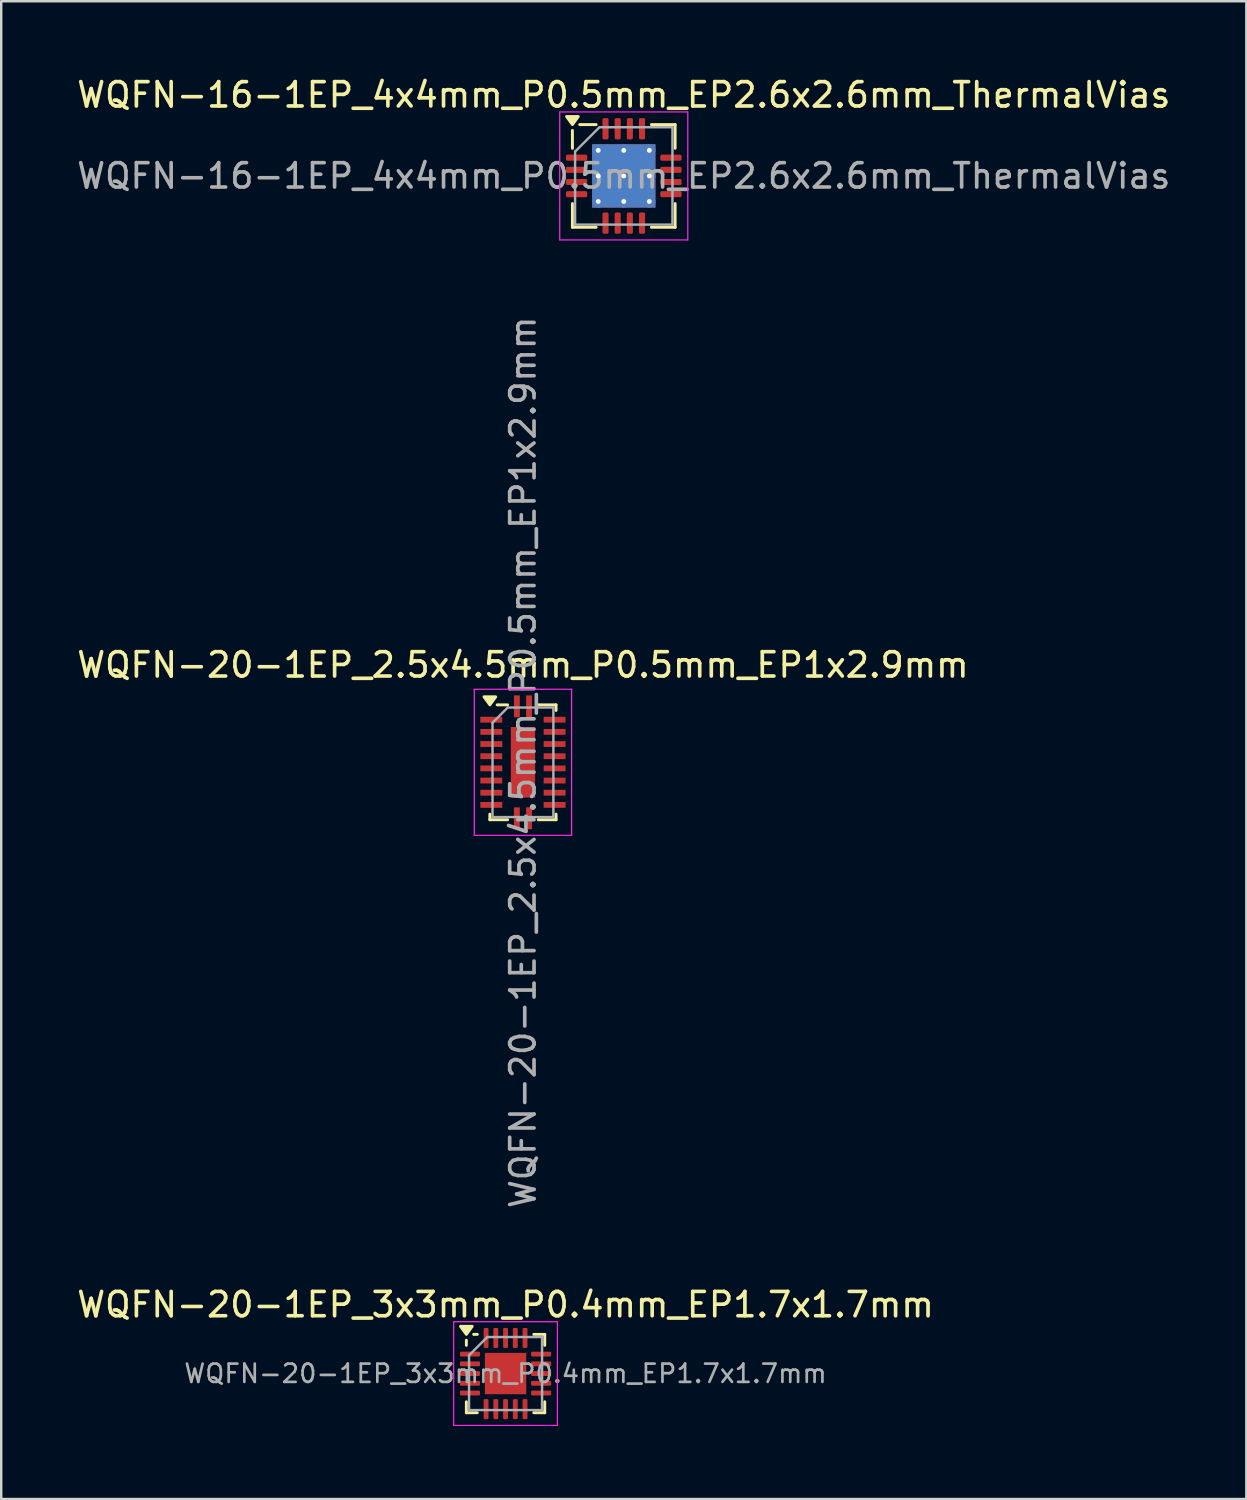
<source format=kicad_pcb>
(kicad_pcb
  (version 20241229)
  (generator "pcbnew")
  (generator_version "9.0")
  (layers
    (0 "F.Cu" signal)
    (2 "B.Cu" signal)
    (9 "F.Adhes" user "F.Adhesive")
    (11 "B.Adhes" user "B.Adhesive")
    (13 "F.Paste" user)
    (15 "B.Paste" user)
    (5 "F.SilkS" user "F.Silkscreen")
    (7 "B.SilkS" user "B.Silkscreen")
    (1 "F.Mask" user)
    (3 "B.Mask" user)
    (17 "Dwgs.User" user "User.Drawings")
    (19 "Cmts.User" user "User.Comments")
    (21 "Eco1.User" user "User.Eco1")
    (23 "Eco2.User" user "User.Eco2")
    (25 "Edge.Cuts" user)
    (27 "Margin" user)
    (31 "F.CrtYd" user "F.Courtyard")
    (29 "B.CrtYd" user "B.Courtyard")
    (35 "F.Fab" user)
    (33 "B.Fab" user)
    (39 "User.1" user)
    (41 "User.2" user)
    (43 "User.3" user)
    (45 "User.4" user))
  (footprint "WQFN-16-1EP_4x4mm_P0.5mm_EP2.6x2.6mm_ThermalVias"
    (layer "F.Cu")
    (at 22.577 4.178)
    (property "Reference" "WQFN-16-1EP_4x4mm_P0.5mm_EP2.6x2.6mm_ThermalVias" (at 0 -3.33 0) (layer "F.SilkS") (effects (font (size 1 1) (thickness 0.15))))
    (attr smd)
    (fp_line (start -2.11 -1.135) (end -2.11 -1.87) (stroke (width 0.12) (type solid)) (layer "F.SilkS"))
    (fp_line (start -2.11 2.11) (end -2.11 1.135) (stroke (width 0.12) (type solid)) (layer "F.SilkS"))
    (fp_line (start -1.135 -2.11) (end -1.81 -2.11) (stroke (width 0.12) (type solid)) (layer "F.SilkS"))
    (fp_line (start -1.135 2.11) (end -2.11 2.11) (stroke (width 0.12) (type solid)) (layer "F.SilkS"))
    (fp_line (start 1.135 -2.11) (end 2.11 -2.11) (stroke (width 0.12) (type solid)) (layer "F.SilkS"))
    (fp_line (start 1.135 2.11) (end 2.11 2.11) (stroke (width 0.12) (type solid)) (layer "F.SilkS"))
    (fp_line (start 2.11 -2.11) (end 2.11 -1.135) (stroke (width 0.12) (type solid)) (layer "F.SilkS"))
    (fp_line (start 2.11 2.11) (end 2.11 1.135) (stroke (width 0.12) (type solid)) (layer "F.SilkS"))
    (fp_poly (pts (xy -2.11 -2.11) (xy -2.35 -2.44) (xy -1.87 -2.44) (xy -2.11 -2.11)) (stroke (width 0.12) (type solid)) (fill yes) (layer "F.SilkS"))
    (fp_line (start -2.63 -2.63) (end -2.63 2.63) (stroke (width 0.05) (type solid)) (layer "F.CrtYd"))
    (fp_line (start -2.63 2.63) (end 2.63 2.63) (stroke (width 0.05) (type solid)) (layer "F.CrtYd"))
    (fp_line (start 2.63 -2.63) (end -2.63 -2.63) (stroke (width 0.05) (type solid)) (layer "F.CrtYd"))
    (fp_line (start 2.63 2.63) (end 2.63 -2.63) (stroke (width 0.05) (type solid)) (layer "F.CrtYd"))
    (fp_line (start -2 -1) (end -1 -2) (stroke (width 0.1) (type solid)) (layer "F.Fab"))
    (fp_line (start -2 2) (end -2 -1) (stroke (width 0.1) (type solid)) (layer "F.Fab"))
    (fp_line (start -1 -2) (end 2 -2) (stroke (width 0.1) (type solid)) (layer "F.Fab"))
    (fp_line (start 2 -2) (end 2 2) (stroke (width 0.1) (type solid)) (layer "F.Fab"))
    (fp_line (start 2 2) (end -2 2) (stroke (width 0.1) (type solid)) (layer "F.Fab"))
    (fp_text user "${REFERENCE}" (at 0 0 0) (layer "F.Fab") (effects (font (size 1 1) (thickness 0.15))))
    (pad "" smd roundrect (at -0.65 -0.65) (size 1.13 1.13) (layers "F.Paste") (roundrect_rratio 0.221))
    (pad "" smd roundrect (at -0.65 0.65) (size 1.13 1.13) (layers "F.Paste") (roundrect_rratio 0.221))
    (pad "" smd roundrect (at 0.65 -0.65) (size 1.13 1.13) (layers "F.Paste") (roundrect_rratio 0.221))
    (pad "" smd roundrect (at 0.65 0.65) (size 1.13 1.13) (layers "F.Paste") (roundrect_rratio 0.221))
    (pad "1" smd roundrect (at -1.938 -0.75) (size 0.875 0.25) (layers "F.Cu" "F.Mask" "F.Paste") (roundrect_rratio 0.25))
    (pad "2" smd roundrect (at -1.938 -0.25) (size 0.875 0.25) (layers "F.Cu" "F.Mask" "F.Paste") (roundrect_rratio 0.25))
    (pad "3" smd roundrect (at -1.938 0.25) (size 0.875 0.25) (layers "F.Cu" "F.Mask" "F.Paste") (roundrect_rratio 0.25))
    (pad "4" smd roundrect (at -1.938 0.75) (size 0.875 0.25) (layers "F.Cu" "F.Mask" "F.Paste") (roundrect_rratio 0.25))
    (pad "5" smd roundrect (at -0.75 1.938) (size 0.25 0.875) (layers "F.Cu" "F.Mask" "F.Paste") (roundrect_rratio 0.25))
    (pad "6" smd roundrect (at -0.25 1.938) (size 0.25 0.875) (layers "F.Cu" "F.Mask" "F.Paste") (roundrect_rratio 0.25))
    (pad "7" smd roundrect (at 0.25 1.938) (size 0.25 0.875) (layers "F.Cu" "F.Mask" "F.Paste") (roundrect_rratio 0.25))
    (pad "8" smd roundrect (at 0.75 1.938) (size 0.25 0.875) (layers "F.Cu" "F.Mask" "F.Paste") (roundrect_rratio 0.25))
    (pad "9" smd roundrect (at 1.938 0.75) (size 0.875 0.25) (layers "F.Cu" "F.Mask" "F.Paste") (roundrect_rratio 0.25))
    (pad "10" smd roundrect (at 1.938 0.25) (size 0.875 0.25) (layers "F.Cu" "F.Mask" "F.Paste") (roundrect_rratio 0.25))
    (pad "11" smd roundrect (at 1.938 -0.25) (size 0.875 0.25) (layers "F.Cu" "F.Mask" "F.Paste") (roundrect_rratio 0.25))
    (pad "12" smd roundrect (at 1.938 -0.75) (size 0.875 0.25) (layers "F.Cu" "F.Mask" "F.Paste") (roundrect_rratio 0.25))
    (pad "13" smd roundrect (at 0.75 -1.938) (size 0.25 0.875) (layers "F.Cu" "F.Mask" "F.Paste") (roundrect_rratio 0.25))
    (pad "14" smd roundrect (at 0.25 -1.938) (size 0.25 0.875) (layers "F.Cu" "F.Mask" "F.Paste") (roundrect_rratio 0.25))
    (pad "15" smd roundrect (at -0.25 -1.938) (size 0.25 0.875) (layers "F.Cu" "F.Mask" "F.Paste") (roundrect_rratio 0.25))
    (pad "16" smd roundrect (at -0.75 -1.938) (size 0.25 0.875) (layers "F.Cu" "F.Mask" "F.Paste") (roundrect_rratio 0.25))
    (pad "17" thru_hole circle (at -1.05 -1.05) (size 0.5 0.5) (drill 0.2) (property pad_prop_heatsink) (layers "*.Cu"))
    (pad "17" thru_hole circle (at -1.05 0) (size 0.5 0.5) (drill 0.2) (property pad_prop_heatsink) (layers "*.Cu"))
    (pad "17" thru_hole circle (at -1.05 1.05) (size 0.5 0.5) (drill 0.2) (property pad_prop_heatsink) (layers "*.Cu"))
    (pad "17" thru_hole circle (at 0 -1.05) (size 0.5 0.5) (drill 0.2) (property pad_prop_heatsink) (layers "*.Cu"))
    (pad "17" thru_hole circle (at 0 0) (size 0.5 0.5) (drill 0.2) (property pad_prop_heatsink) (layers "*.Cu"))
    (pad "17" smd rect (at 0 0) (size 2.6 2.6) (property pad_prop_heatsink) (layers "F.Cu" "F.Mask"))
    (pad "17" smd rect (at 0 0) (size 2.6 2.6) (property pad_prop_heatsink) (layers "B.Cu"))
    (pad "17" thru_hole circle (at 0 1.05) (size 0.5 0.5) (drill 0.2) (property pad_prop_heatsink) (layers "*.Cu"))
    (pad "17" thru_hole circle (at 1.05 -1.05) (size 0.5 0.5) (drill 0.2) (property pad_prop_heatsink) (layers "*.Cu"))
    (pad "17" thru_hole circle (at 1.05 0) (size 0.5 0.5) (drill 0.2) (property pad_prop_heatsink) (layers "*.Cu"))
    (pad "17" thru_hole circle (at 1.05 1.05) (size 0.5 0.5) (drill 0.2) (property pad_prop_heatsink) (layers "*.Cu")))
  (footprint "WQFN-20-1EP_2.5x4.5mm_P0.5mm_EP1x2.9mm"
    (layer "F.Cu")
    (at 18.435 28.268)
    (property "Reference" "WQFN-20-1EP_2.5x4.5mm_P0.5mm_EP1x2.9mm" (at 0 -4 0) (layer "F.SilkS") (effects (font (size 1 1) (thickness 0.15))))
    (attr smd)
    (fp_line (start -1.36 2.36) (end -1.36 2.13) (stroke (width 0.12) (type solid)) (layer "F.SilkS"))
    (fp_line (start -0.63 -2.36) (end -1.06 -2.36) (stroke (width 0.12) (type solid)) (layer "F.SilkS"))
    (fp_line (start -0.63 2.36) (end -1.36 2.36) (stroke (width 0.12) (type solid)) (layer "F.SilkS"))
    (fp_line (start 0.63 -2.36) (end 1.36 -2.36) (stroke (width 0.12) (type solid)) (layer "F.SilkS"))
    (fp_line (start 0.63 2.36) (end 1.36 2.36) (stroke (width 0.12) (type solid)) (layer "F.SilkS"))
    (fp_line (start 1.36 -2.36) (end 1.36 -2.13) (stroke (width 0.12) (type solid)) (layer "F.SilkS"))
    (fp_line (start 1.36 2.36) (end 1.36 2.13) (stroke (width 0.12) (type solid)) (layer "F.SilkS"))
    (fp_poly (pts (xy -1.36 -2.36) (xy -1.6 -2.69) (xy -1.12 -2.69) (xy -1.36 -2.36)) (stroke (width 0.12) (type solid)) (fill yes) (layer "F.SilkS"))
    (fp_line (start -2 -3) (end -2 3) (stroke (width 0.05) (type solid)) (layer "F.CrtYd"))
    (fp_line (start -2 -3) (end 2 -3) (stroke (width 0.05) (type solid)) (layer "F.CrtYd"))
    (fp_line (start -2 3) (end 2 3) (stroke (width 0.05) (type solid)) (layer "F.CrtYd"))
    (fp_line (start 2 -3) (end 2 3) (stroke (width 0.05) (type solid)) (layer "F.CrtYd"))
    (fp_line (start -1.25 -1.625) (end -1.25 2.25) (stroke (width 0.1) (type solid)) (layer "F.Fab"))
    (fp_line (start -1.25 -1.625) (end -0.625 -2.25) (stroke (width 0.1) (type solid)) (layer "F.Fab"))
    (fp_line (start -1.25 2.25) (end 1.25 2.25) (stroke (width 0.1) (type solid)) (layer "F.Fab"))
    (fp_line (start 1.25 -2.25) (end -0.625 -2.25) (stroke (width 0.1) (type solid)) (layer "F.Fab"))
    (fp_line (start 1.25 -2.25) (end 1.25 2.25) (stroke (width 0.1) (type solid)) (layer "F.Fab"))
    (fp_text user "${REFERENCE}" (at 0 0 90) (layer "F.Fab") (effects (font (size 1 1) (thickness 0.15))))
    (pad "" smd rect (at 0 -0.95 270) (size 0.8 0.8) (layers "F.Paste"))
    (pad "" smd rect (at 0 0 270) (size 0.8 0.8) (layers "F.Paste"))
    (pad "" smd rect (at 0 0.95 270) (size 0.8 0.8) (layers "F.Paste"))
    (pad "1" smd rect (at -0.25 -2.3 270) (size 0.9 0.24) (layers "F.Cu" "F.Mask" "F.Paste"))
    (pad "2" smd rect (at -1.3 -1.75) (size 0.9 0.24) (layers "F.Cu" "F.Mask" "F.Paste"))
    (pad "3" smd rect (at -1.3 -1.25) (size 0.9 0.24) (layers "F.Cu" "F.Mask" "F.Paste"))
    (pad "4" smd rect (at -1.3 -0.75) (size 0.9 0.24) (layers "F.Cu" "F.Mask" "F.Paste"))
    (pad "5" smd rect (at -1.3 -0.25) (size 0.9 0.24) (layers "F.Cu" "F.Mask" "F.Paste"))
    (pad "6" smd rect (at -1.3 0.25) (size 0.9 0.24) (layers "F.Cu" "F.Mask" "F.Paste"))
    (pad "7" smd rect (at -1.3 0.75) (size 0.9 0.24) (layers "F.Cu" "F.Mask" "F.Paste"))
    (pad "8" smd rect (at -1.3 1.25) (size 0.9 0.24) (layers "F.Cu" "F.Mask" "F.Paste"))
    (pad "9" smd rect (at -1.3 1.75) (size 0.9 0.24) (layers "F.Cu" "F.Mask" "F.Paste"))
    (pad "10" smd rect (at -0.25 2.3 270) (size 0.9 0.24) (layers "F.Cu" "F.Mask" "F.Paste"))
    (pad "11" smd rect (at 0.25 2.3 270) (size 0.9 0.24) (layers "F.Cu" "F.Mask" "F.Paste"))
    (pad "12" smd rect (at 1.3 1.75) (size 0.9 0.24) (layers "F.Cu" "F.Mask" "F.Paste"))
    (pad "13" smd rect (at 1.3 1.25) (size 0.9 0.24) (layers "F.Cu" "F.Mask" "F.Paste"))
    (pad "14" smd rect (at 1.3 0.75) (size 0.9 0.24) (layers "F.Cu" "F.Mask" "F.Paste"))
    (pad "15" smd rect (at 1.3 0.25) (size 0.9 0.24) (layers "F.Cu" "F.Mask" "F.Paste"))
    (pad "16" smd rect (at 1.3 -0.25) (size 0.9 0.24) (layers "F.Cu" "F.Mask" "F.Paste"))
    (pad "17" smd rect (at 1.3 -0.75) (size 0.9 0.24) (layers "F.Cu" "F.Mask" "F.Paste"))
    (pad "18" smd rect (at 1.3 -1.25) (size 0.9 0.24) (layers "F.Cu" "F.Mask" "F.Paste"))
    (pad "19" smd rect (at 1.3 -1.75) (size 0.9 0.24) (layers "F.Cu" "F.Mask" "F.Paste"))
    (pad "20" smd rect (at 0.25 -2.3 270) (size 0.9 0.24) (layers "F.Cu" "F.Mask" "F.Paste"))
    (pad "21" smd rect (at 0 0 270) (size 2.9 1) (layers "F.Cu" "F.Mask")))
  (footprint "WQFN-20-1EP_3x3mm_P0.4mm_EP1.7x1.7mm"
    (layer "F.Cu")
    (at 17.72 53.381)
    (property "Reference" "WQFN-20-1EP_3x3mm_P0.4mm_EP1.7x1.7mm" (at 0 -2.83 0) (layer "F.SilkS") (effects (font (size 1 1) (thickness 0.15))))
    (attr smd)
    (fp_line (start -1.61 -1.16) (end -1.61 -1.37) (stroke (width 0.12) (type solid)) (layer "F.SilkS"))
    (fp_line (start -1.61 1.61) (end -1.61 1.16) (stroke (width 0.12) (type solid)) (layer "F.SilkS"))
    (fp_line (start -1.16 -1.61) (end -1.31 -1.61) (stroke (width 0.12) (type solid)) (layer "F.SilkS"))
    (fp_line (start -1.16 1.61) (end -1.61 1.61) (stroke (width 0.12) (type solid)) (layer "F.SilkS"))
    (fp_line (start 1.16 -1.61) (end 1.61 -1.61) (stroke (width 0.12) (type solid)) (layer "F.SilkS"))
    (fp_line (start 1.16 1.61) (end 1.61 1.61) (stroke (width 0.12) (type solid)) (layer "F.SilkS"))
    (fp_line (start 1.61 -1.61) (end 1.61 -1.16) (stroke (width 0.12) (type solid)) (layer "F.SilkS"))
    (fp_line (start 1.61 1.61) (end 1.61 1.16) (stroke (width 0.12) (type solid)) (layer "F.SilkS"))
    (fp_poly (pts (xy -1.61 -1.61) (xy -1.85 -1.94) (xy -1.37 -1.94) (xy -1.61 -1.61)) (stroke (width 0.12) (type solid)) (fill yes) (layer "F.SilkS"))
    (fp_line (start -2.13 -2.13) (end -2.13 2.13) (stroke (width 0.05) (type solid)) (layer "F.CrtYd"))
    (fp_line (start -2.13 2.13) (end 2.13 2.13) (stroke (width 0.05) (type solid)) (layer "F.CrtYd"))
    (fp_line (start 2.13 -2.13) (end -2.13 -2.13) (stroke (width 0.05) (type solid)) (layer "F.CrtYd"))
    (fp_line (start 2.13 2.13) (end 2.13 -2.13) (stroke (width 0.05) (type solid)) (layer "F.CrtYd"))
    (fp_line (start -1.5 -0.75) (end -0.75 -1.5) (stroke (width 0.1) (type solid)) (layer "F.Fab"))
    (fp_line (start -1.5 1.5) (end -1.5 -0.75) (stroke (width 0.1) (type solid)) (layer "F.Fab"))
    (fp_line (start -0.75 -1.5) (end 1.5 -1.5) (stroke (width 0.1) (type solid)) (layer "F.Fab"))
    (fp_line (start 1.5 -1.5) (end 1.5 1.5) (stroke (width 0.1) (type solid)) (layer "F.Fab"))
    (fp_line (start 1.5 1.5) (end -1.5 1.5) (stroke (width 0.1) (type solid)) (layer "F.Fab"))
    (fp_text user "${REFERENCE}" (at 0 0 0) (layer "F.Fab") (effects (font (size 0.75 0.75) (thickness 0.11))))
    (pad "" smd roundrect (at -0.425 -0.425) (size 0.69 0.69) (layers "F.Paste") (roundrect_rratio 0.25))
    (pad "" smd roundrect (at -0.425 0.425) (size 0.69 0.69) (layers "F.Paste") (roundrect_rratio 0.25))
    (pad "" smd roundrect (at 0.425 -0.425) (size 0.69 0.69) (layers "F.Paste") (roundrect_rratio 0.25))
    (pad "" smd roundrect (at 0.425 0.425) (size 0.69 0.69) (layers "F.Paste") (roundrect_rratio 0.25))
    (pad "1" smd roundrect (at -1.462 -0.8) (size 0.825 0.2) (layers "F.Cu" "F.Mask" "F.Paste") (roundrect_rratio 0.25))
    (pad "2" smd roundrect (at -1.462 -0.4) (size 0.825 0.2) (layers "F.Cu" "F.Mask" "F.Paste") (roundrect_rratio 0.25))
    (pad "3" smd roundrect (at -1.462 0) (size 0.825 0.2) (layers "F.Cu" "F.Mask" "F.Paste") (roundrect_rratio 0.25))
    (pad "4" smd roundrect (at -1.462 0.4) (size 0.825 0.2) (layers "F.Cu" "F.Mask" "F.Paste") (roundrect_rratio 0.25))
    (pad "5" smd roundrect (at -1.462 0.8) (size 0.825 0.2) (layers "F.Cu" "F.Mask" "F.Paste") (roundrect_rratio 0.25))
    (pad "6" smd roundrect (at -0.8 1.462) (size 0.2 0.825) (layers "F.Cu" "F.Mask" "F.Paste") (roundrect_rratio 0.25))
    (pad "7" smd roundrect (at -0.4 1.462) (size 0.2 0.825) (layers "F.Cu" "F.Mask" "F.Paste") (roundrect_rratio 0.25))
    (pad "8" smd roundrect (at 0 1.462) (size 0.2 0.825) (layers "F.Cu" "F.Mask" "F.Paste") (roundrect_rratio 0.25))
    (pad "9" smd roundrect (at 0.4 1.462) (size 0.2 0.825) (layers "F.Cu" "F.Mask" "F.Paste") (roundrect_rratio 0.25))
    (pad "10" smd roundrect (at 0.8 1.462) (size 0.2 0.825) (layers "F.Cu" "F.Mask" "F.Paste") (roundrect_rratio 0.25))
    (pad "11" smd roundrect (at 1.462 0.8) (size 0.825 0.2) (layers "F.Cu" "F.Mask" "F.Paste") (roundrect_rratio 0.25))
    (pad "12" smd roundrect (at 1.462 0.4) (size 0.825 0.2) (layers "F.Cu" "F.Mask" "F.Paste") (roundrect_rratio 0.25))
    (pad "13" smd roundrect (at 1.462 0) (size 0.825 0.2) (layers "F.Cu" "F.Mask" "F.Paste") (roundrect_rratio 0.25))
    (pad "14" smd roundrect (at 1.462 -0.4) (size 0.825 0.2) (layers "F.Cu" "F.Mask" "F.Paste") (roundrect_rratio 0.25))
    (pad "15" smd roundrect (at 1.462 -0.8) (size 0.825 0.2) (layers "F.Cu" "F.Mask" "F.Paste") (roundrect_rratio 0.25))
    (pad "16" smd roundrect (at 0.8 -1.462) (size 0.2 0.825) (layers "F.Cu" "F.Mask" "F.Paste") (roundrect_rratio 0.25))
    (pad "17" smd roundrect (at 0.4 -1.462) (size 0.2 0.825) (layers "F.Cu" "F.Mask" "F.Paste") (roundrect_rratio 0.25))
    (pad "18" smd roundrect (at 0 -1.462) (size 0.2 0.825) (layers "F.Cu" "F.Mask" "F.Paste") (roundrect_rratio 0.25))
    (pad "19" smd roundrect (at -0.4 -1.462) (size 0.2 0.825) (layers "F.Cu" "F.Mask" "F.Paste") (roundrect_rratio 0.25))
    (pad "20" smd roundrect (at -0.8 -1.462) (size 0.2 0.825) (layers "F.Cu" "F.Mask" "F.Paste") (roundrect_rratio 0.25))
    (pad "21" smd rect (at 0 0) (size 1.7 1.7) (property pad_prop_heatsink) (layers "F.Cu" "F.Mask")))
  (gr_rect
    (start -3 -3)
    (end 48.155 58.536)
    (stroke (width 0.1) (type default))
    (fill no)
    (layer "Edge.Cuts")))
</source>
